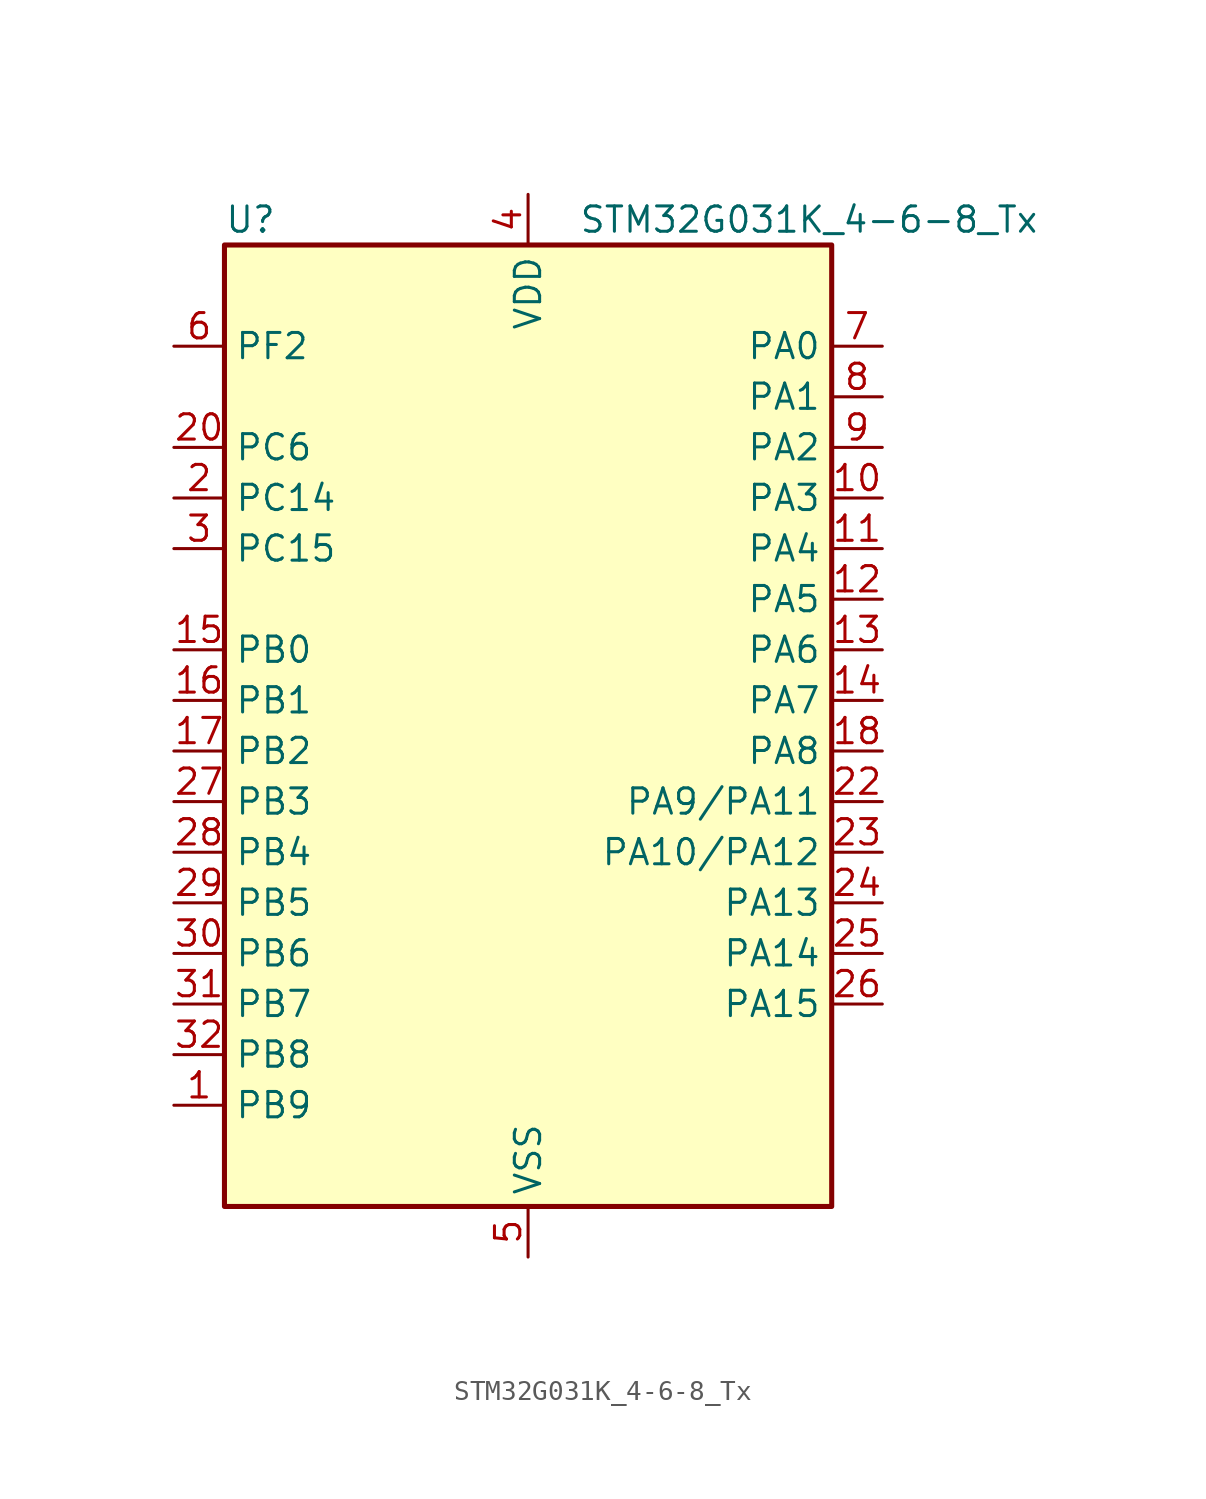
<source format=kicad_sym>
(kicad_symbol_lib
  (version 20241209)
  (generator "kicad_symbol_editor")
  (generator_version "9.0")
  (symbol "STM32G031K_4-6-8_Tx"
    (property "Reference" "U"
      (at -15.24 26.67 0)
      (effects (font (size 1.27 1.27)) (justify left)))
    (property "Value" "STM32G031K_4-6-8_Tx"
      (at 2.54 26.67 0)
      (effects (font (size 1.27 1.27)) (justify left)))
    (symbol "STM32G031K_4-6-8_Tx_0_1"
      (rectangle (start -15.24 -22.86) (end 15.24 25.4) (stroke (width 0.254) (type default)) (fill (type background))))
    (symbol "STM32G031K_4-6-8_Tx_1_1"
      (pin bidirectional line (at -17.78 20.32 0) (length 2.54) (name "PF2" (effects (font (size 1.27 1.27)))) (number "6" (effects (font (size 1.27 1.27)))) (alternate "RCC_MCO" bidirectional line))
      (pin bidirectional line (at -17.78 15.24 0) (length 2.54) (name "PC6" (effects (font (size 1.27 1.27)))) (number "20" (effects (font (size 1.27 1.27)))) (alternate "TIM2_CH3" bidirectional line) (alternate "TIM3_CH1" bidirectional line))
      (pin bidirectional line (at -17.78 12.7 0) (length 2.54) (name "PC14" (effects (font (size 1.27 1.27)))) (number "2" (effects (font (size 1.27 1.27)))) (alternate "RCC_OSC32_IN" bidirectional line) (alternate "RCC_OSC_IN" bidirectional line) (alternate "TIM1_BK2" bidirectional line))
      (pin bidirectional line (at -17.78 10.16 0) (length 2.54) (name "PC15" (effects (font (size 1.27 1.27)))) (number "3" (effects (font (size 1.27 1.27)))) (alternate "RCC_OSC32_EN" bidirectional line) (alternate "RCC_OSC32_OUT" bidirectional line) (alternate "RCC_OSC_EN" bidirectional line))
      (pin bidirectional line (at -17.78 5.08 0) (length 2.54) (name "PB0" (effects (font (size 1.27 1.27)))) (number "15" (effects (font (size 1.27 1.27)))) (alternate "ADC1_IN8" bidirectional line) (alternate "I2S1_WS" bidirectional line) (alternate "LPTIM1_OUT" bidirectional line) (alternate "SPI1_NSS" bidirectional line) (alternate "TIM1_CH2N" bidirectional line) (alternate "TIM3_CH3" bidirectional line))
      (pin bidirectional line (at -17.78 2.54 0) (length 2.54) (name "PB1" (effects (font (size 1.27 1.27)))) (number "16" (effects (font (size 1.27 1.27)))) (alternate "ADC1_IN9" bidirectional line) (alternate "LPTIM2_IN1" bidirectional line) (alternate "LPUART1_DE" bidirectional line) (alternate "LPUART1_RTS" bidirectional line) (alternate "TIM14_CH1" bidirectional line) (alternate "TIM1_CH3N" bidirectional line) (alternate "TIM3_CH4" bidirectional line))
      (pin bidirectional line (at -17.78 0 0) (length 2.54) (name "PB2" (effects (font (size 1.27 1.27)))) (number "17" (effects (font (size 1.27 1.27)))) (alternate "ADC1_IN10" bidirectional line) (alternate "LPTIM1_OUT" bidirectional line) (alternate "SPI2_MISO" bidirectional line))
      (pin bidirectional line (at -17.78 -2.54 0) (length 2.54) (name "PB3" (effects (font (size 1.27 1.27)))) (number "27" (effects (font (size 1.27 1.27)))) (alternate "I2S1_CK" bidirectional line) (alternate "SPI1_SCK" bidirectional line) (alternate "TIM1_CH2" bidirectional line) (alternate "TIM2_CH2" bidirectional line) (alternate "USART1_CK" bidirectional line) (alternate "USART1_DE" bidirectional line) (alternate "USART1_RTS" bidirectional line))
      (pin bidirectional line (at -17.78 -5.08 0) (length 2.54) (name "PB4" (effects (font (size 1.27 1.27)))) (number "28" (effects (font (size 1.27 1.27)))) (alternate "I2S1_MCK" bidirectional line) (alternate "SPI1_MISO" bidirectional line) (alternate "TIM17_BK" bidirectional line) (alternate "TIM3_CH1" bidirectional line) (alternate "USART1_CTS" bidirectional line) (alternate "USART1_NSS" bidirectional line))
      (pin bidirectional line (at -17.78 -7.62 0) (length 2.54) (name "PB5" (effects (font (size 1.27 1.27)))) (number "29" (effects (font (size 1.27 1.27)))) (alternate "I2C1_SMBA" bidirectional line) (alternate "I2S1_SD" bidirectional line) (alternate "LPTIM1_IN1" bidirectional line) (alternate "SPI1_MOSI" bidirectional line) (alternate "SYS_WKUP6" bidirectional line) (alternate "TIM16_BK" bidirectional line) (alternate "TIM3_CH2" bidirectional line))
      (pin bidirectional line (at -17.78 -10.16 0) (length 2.54) (name "PB6" (effects (font (size 1.27 1.27)))) (number "30" (effects (font (size 1.27 1.27)))) (alternate "I2C1_SCL" bidirectional line) (alternate "LPTIM1_ETR" bidirectional line) (alternate "SPI2_MISO" bidirectional line) (alternate "TIM16_CH1N" bidirectional line) (alternate "TIM1_CH3" bidirectional line) (alternate "USART1_TX" bidirectional line))
      (pin bidirectional line (at -17.78 -12.7 0) (length 2.54) (name "PB7" (effects (font (size 1.27 1.27)))) (number "31" (effects (font (size 1.27 1.27)))) (alternate "ADC1_IN11" bidirectional line) (alternate "I2C1_SDA" bidirectional line) (alternate "LPTIM1_IN2" bidirectional line) (alternate "SPI2_MOSI" bidirectional line) (alternate "SYS_PVD_IN" bidirectional line) (alternate "TIM17_CH1N" bidirectional line) (alternate "USART1_RX" bidirectional line))
      (pin bidirectional line (at -17.78 -15.24 0) (length 2.54) (name "PB8" (effects (font (size 1.27 1.27)))) (number "32" (effects (font (size 1.27 1.27)))) (alternate "I2C1_SCL" bidirectional line) (alternate "SPI2_SCK" bidirectional line) (alternate "TIM16_CH1" bidirectional line))
      (pin bidirectional line (at -17.78 -17.78 0) (length 2.54) (name "PB9" (effects (font (size 1.27 1.27)))) (number "1" (effects (font (size 1.27 1.27)))) (alternate "I2C1_SDA" bidirectional line) (alternate "IR_OUT" bidirectional line) (alternate "SPI2_NSS" bidirectional line) (alternate "TIM17_CH1" bidirectional line))
      (pin no_connect line (at -15.24 -20.32 0) (length 2.54) (hide yes) (name "NC/PA10" (effects (font (size 1.27 1.27)))) (number "21" (effects (font (size 1.27 1.27)))) (alternate "I2C1_SDA (PA10)" bidirectional line) (alternate "NC" bidirectional line) (alternate "PA10" bidirectional line) (alternate "SPI2_MOSI (PA10)" bidirectional line) (alternate "TIM17_BK (PA10)" bidirectional line) (alternate "TIM1_CH3 (PA10)" bidirectional line) (alternate "USART1_RX (PA10)" bidirectional line))
      (pin no_connect line (at -15.24 -22.86 0) (length 2.54) (hide yes) (name "NC/PA9" (effects (font (size 1.27 1.27)))) (number "19" (effects (font (size 1.27 1.27)))) (alternate "I2C1_SCL (PA9)" bidirectional line) (alternate "NC" bidirectional line) (alternate "PA9" bidirectional line) (alternate "RCC_MCO (PA9)" bidirectional line) (alternate "SPI2_MISO (PA9)" bidirectional line) (alternate "TIM1_CH2 (PA9)" bidirectional line) (alternate "USART1_TX (PA9)" bidirectional line))
      (pin power_in line (at 0 27.94 270) (length 2.54) (name "VDD" (effects (font (size 1.27 1.27)))) (number "4" (effects (font (size 1.27 1.27)))))
      (pin power_in line (at 0 -25.4 90) (length 2.54) (name "VSS" (effects (font (size 1.27 1.27)))) (number "5" (effects (font (size 1.27 1.27)))))
      (pin bidirectional line (at 17.78 20.32 180) (length 2.54) (name "PA0" (effects (font (size 1.27 1.27)))) (number "7" (effects (font (size 1.27 1.27)))) (alternate "ADC1_IN0" bidirectional line) (alternate "LPTIM1_OUT" bidirectional line) (alternate "RTC_TAMP_IN2" bidirectional line) (alternate "SPI2_SCK" bidirectional line) (alternate "SYS_WKUP1" bidirectional line) (alternate "TIM2_CH1" bidirectional line) (alternate "TIM2_ETR" bidirectional line) (alternate "USART2_CTS" bidirectional line) (alternate "USART2_NSS" bidirectional line))
      (pin bidirectional line (at 17.78 17.78 180) (length 2.54) (name "PA1" (effects (font (size 1.27 1.27)))) (number "8" (effects (font (size 1.27 1.27)))) (alternate "ADC1_IN1" bidirectional line) (alternate "I2C1_SMBA" bidirectional line) (alternate "I2S1_CK" bidirectional line) (alternate "SPI1_SCK" bidirectional line) (alternate "TIM2_CH2" bidirectional line) (alternate "USART2_CK" bidirectional line) (alternate "USART2_DE" bidirectional line) (alternate "USART2_RTS" bidirectional line))
      (pin bidirectional line (at 17.78 15.24 180) (length 2.54) (name "PA2" (effects (font (size 1.27 1.27)))) (number "9" (effects (font (size 1.27 1.27)))) (alternate "ADC1_IN2" bidirectional line) (alternate "I2S1_SD" bidirectional line) (alternate "LPUART1_TX" bidirectional line) (alternate "RCC_LSCO" bidirectional line) (alternate "SPI1_MOSI" bidirectional line) (alternate "SYS_WKUP4" bidirectional line) (alternate "TIM2_CH3" bidirectional line) (alternate "USART2_TX" bidirectional line))
      (pin bidirectional line (at 17.78 12.7 180) (length 2.54) (name "PA3" (effects (font (size 1.27 1.27)))) (number "10" (effects (font (size 1.27 1.27)))) (alternate "ADC1_IN3" bidirectional line) (alternate "LPUART1_RX" bidirectional line) (alternate "SPI2_MISO" bidirectional line) (alternate "TIM2_CH4" bidirectional line) (alternate "USART2_RX" bidirectional line))
      (pin bidirectional line (at 17.78 10.16 180) (length 2.54) (name "PA4" (effects (font (size 1.27 1.27)))) (number "11" (effects (font (size 1.27 1.27)))) (alternate "ADC1_IN4" bidirectional line) (alternate "I2S1_WS" bidirectional line) (alternate "LPTIM2_OUT" bidirectional line) (alternate "RTC_OUT_ALARM" bidirectional line) (alternate "RTC_OUT_CALIB" bidirectional line) (alternate "RTC_TAMP_IN1" bidirectional line) (alternate "RTC_TS" bidirectional line) (alternate "SPI1_NSS" bidirectional line) (alternate "SPI2_MOSI" bidirectional line) (alternate "SYS_WKUP2" bidirectional line) (alternate "TIM14_CH1" bidirectional line))
      (pin bidirectional line (at 17.78 7.62 180) (length 2.54) (name "PA5" (effects (font (size 1.27 1.27)))) (number "12" (effects (font (size 1.27 1.27)))) (alternate "ADC1_IN5" bidirectional line) (alternate "I2S1_CK" bidirectional line) (alternate "LPTIM2_ETR" bidirectional line) (alternate "SPI1_SCK" bidirectional line) (alternate "TIM2_CH1" bidirectional line) (alternate "TIM2_ETR" bidirectional line))
      (pin bidirectional line (at 17.78 5.08 180) (length 2.54) (name "PA6" (effects (font (size 1.27 1.27)))) (number "13" (effects (font (size 1.27 1.27)))) (alternate "ADC1_IN6" bidirectional line) (alternate "I2S1_MCK" bidirectional line) (alternate "LPUART1_CTS" bidirectional line) (alternate "SPI1_MISO" bidirectional line) (alternate "TIM16_CH1" bidirectional line) (alternate "TIM1_BK" bidirectional line) (alternate "TIM3_CH1" bidirectional line))
      (pin bidirectional line (at 17.78 2.54 180) (length 2.54) (name "PA7" (effects (font (size 1.27 1.27)))) (number "14" (effects (font (size 1.27 1.27)))) (alternate "ADC1_IN7" bidirectional line) (alternate "I2S1_SD" bidirectional line) (alternate "SPI1_MOSI" bidirectional line) (alternate "TIM14_CH1" bidirectional line) (alternate "TIM17_CH1" bidirectional line) (alternate "TIM1_CH1N" bidirectional line) (alternate "TIM3_CH2" bidirectional line))
      (pin bidirectional line (at 17.78 0 180) (length 2.54) (name "PA8" (effects (font (size 1.27 1.27)))) (number "18" (effects (font (size 1.27 1.27)))) (alternate "LPTIM2_OUT" bidirectional line) (alternate "RCC_MCO" bidirectional line) (alternate "SPI2_NSS" bidirectional line) (alternate "TIM1_CH1" bidirectional line))
      (pin bidirectional line (at 17.78 -2.54 180) (length 2.54) (name "PA9/PA11" (effects (font (size 1.27 1.27)))) (number "22" (effects (font (size 1.27 1.27)))) (alternate "ADC1_EXTI11 (PA11)" bidirectional line) (alternate "ADC1_IN15 (PA11)" bidirectional line) (alternate "I2C1_SCL (PA9)" bidirectional line) (alternate "I2C2_SCL (PA11)" bidirectional line) (alternate "I2S1_MCK (PA11)" bidirectional line) (alternate "PA11" bidirectional line) (alternate "PA9" bidirectional line) (alternate "RCC_MCO (PA9)" bidirectional line) (alternate "SPI1_MISO (PA11)" bidirectional line) (alternate "SPI2_MISO (PA9)" bidirectional line) (alternate "TIM1_BK2 (PA11)" bidirectional line) (alternate "TIM1_CH2 (PA9)" bidirectional line) (alternate "TIM1_CH4 (PA11)" bidirectional line) (alternate "USART1_CTS (PA11)" bidirectional line) (alternate "USART1_NSS (PA11)" bidirectional line) (alternate "USART1_TX (PA9)" bidirectional line))
      (pin bidirectional line (at 17.78 -5.08 180) (length 2.54) (name "PA10/PA12" (effects (font (size 1.27 1.27)))) (number "23" (effects (font (size 1.27 1.27)))) (alternate "ADC1_IN16 (PA12)" bidirectional line) (alternate "I2C1_SDA (PA10)" bidirectional line) (alternate "I2C2_SDA (PA12)" bidirectional line) (alternate "I2S1_SD (PA12)" bidirectional line) (alternate "I2S_CKIN (PA12)" bidirectional line) (alternate "PA10" bidirectional line) (alternate "PA12" bidirectional line) (alternate "SPI1_MOSI (PA12)" bidirectional line) (alternate "SPI2_MOSI (PA10)" bidirectional line) (alternate "TIM17_BK (PA10)" bidirectional line) (alternate "TIM1_CH3 (PA10)" bidirectional line) (alternate "TIM1_ETR (PA12)" bidirectional line) (alternate "USART1_CK (PA12)" bidirectional line) (alternate "USART1_DE (PA12)" bidirectional line) (alternate "USART1_RTS (PA12)" bidirectional line) (alternate "USART1_RX (PA10)" bidirectional line))
      (pin bidirectional line (at 17.78 -7.62 180) (length 2.54) (name "PA13" (effects (font (size 1.27 1.27)))) (number "24" (effects (font (size 1.27 1.27)))) (alternate "ADC1_IN17" bidirectional line) (alternate "IR_OUT" bidirectional line) (alternate "SYS_SWDIO" bidirectional line))
      (pin bidirectional line (at 17.78 -10.16 180) (length 2.54) (name "PA14" (effects (font (size 1.27 1.27)))) (number "25" (effects (font (size 1.27 1.27)))) (alternate "ADC1_IN18" bidirectional line) (alternate "SYS_SWCLK" bidirectional line) (alternate "USART2_TX" bidirectional line))
      (pin bidirectional line (at 17.78 -12.7 180) (length 2.54) (name "PA15" (effects (font (size 1.27 1.27)))) (number "26" (effects (font (size 1.27 1.27)))) (alternate "I2S1_WS" bidirectional line) (alternate "SPI1_NSS" bidirectional line) (alternate "TIM2_CH1" bidirectional line) (alternate "TIM2_ETR" bidirectional line) (alternate "USART2_RX" bidirectional line)))))
</source>
